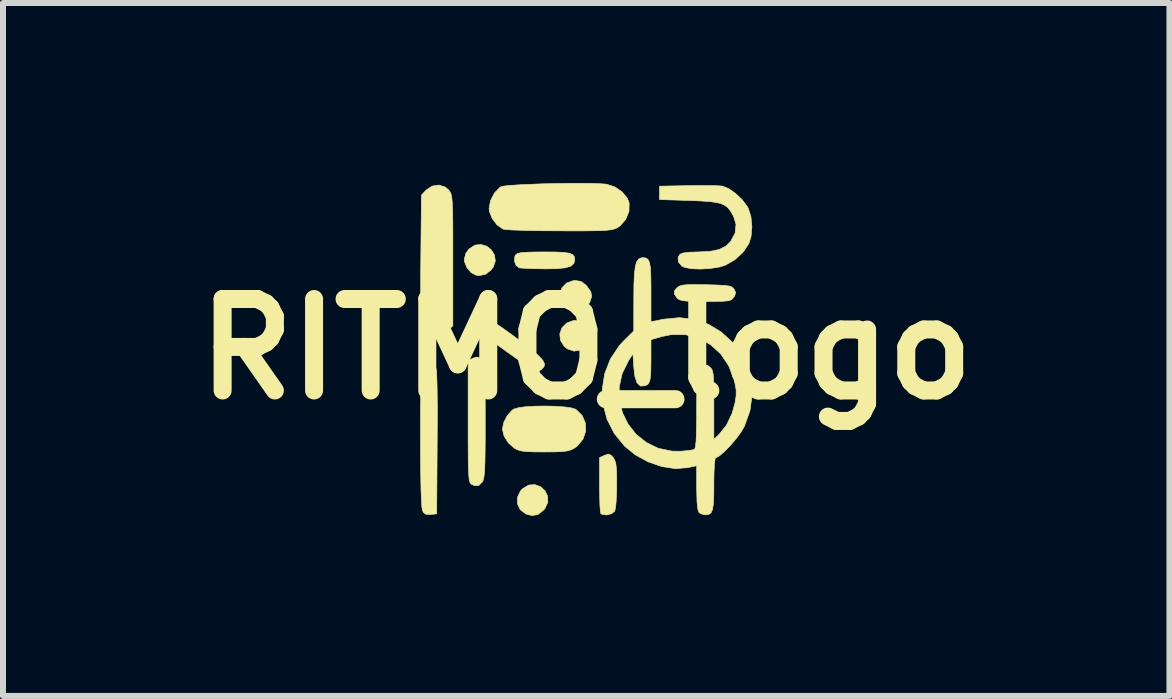
<source format=kicad_pcb>
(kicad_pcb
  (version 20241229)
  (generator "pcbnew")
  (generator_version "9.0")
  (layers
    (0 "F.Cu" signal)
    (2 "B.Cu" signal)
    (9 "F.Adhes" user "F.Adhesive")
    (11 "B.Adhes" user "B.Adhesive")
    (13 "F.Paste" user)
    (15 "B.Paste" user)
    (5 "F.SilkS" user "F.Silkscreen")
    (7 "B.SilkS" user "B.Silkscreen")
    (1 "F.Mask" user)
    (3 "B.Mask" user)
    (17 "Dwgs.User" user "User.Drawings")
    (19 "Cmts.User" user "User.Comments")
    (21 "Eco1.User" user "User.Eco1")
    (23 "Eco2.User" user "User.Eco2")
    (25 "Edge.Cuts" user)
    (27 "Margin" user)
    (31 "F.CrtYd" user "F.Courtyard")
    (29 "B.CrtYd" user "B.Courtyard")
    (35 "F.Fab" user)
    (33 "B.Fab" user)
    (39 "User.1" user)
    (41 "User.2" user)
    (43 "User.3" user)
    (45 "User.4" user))
  (footprint "RITMO_logo"
    (layer "F.Cu")
    (at 6.72 2.768)
    (property "Reference" "RITMO_logo" (at 0 0 0) (layer "F.SilkS") (effects (font (size 1.524 1.524) (thickness 0.3))))
    (attr through_hole)
    (fp_poly (pts (xy -0.761 2.294) (xy -0.688 2.361) (xy -0.644 2.45) (xy -0.64 2.552) (xy -0.687 2.655) (xy -0.706 2.679) (xy -0.804 2.757) (xy -0.906 2.775) (xy -1.007 2.747) (xy -1.099 2.677) (xy -1.146 2.578) (xy -1.145 2.467) (xy -1.094 2.362) (xy -1.06 2.326) (xy -0.958 2.266) (xy -0.855 2.259) (xy -0.761 2.294)) (stroke (width 0.01) (type solid)) (fill yes) (layer "F.SilkS"))
    (fp_poly (pts (xy -1.659 -1.715) (xy -1.581 -1.653) (xy -1.529 -1.568) (xy -1.515 -1.47) (xy -1.548 -1.369) (xy -1.585 -1.32) (xy -1.677 -1.247) (xy -1.778 -1.226) (xy -1.833 -1.231) (xy -1.916 -1.273) (xy -1.987 -1.355) (xy -2.028 -1.456) (xy -2.032 -1.498) (xy -2.005 -1.598) (xy -1.954 -1.668) (xy -1.856 -1.732) (xy -1.754 -1.744) (xy -1.659 -1.715)) (stroke (width 0.01) (type solid)) (fill yes) (layer "F.SilkS"))
    (fp_poly (pts (xy -0.085 -1.127) (xy -0.008 -1.069) (xy 0.013 -1.045) (xy 0.076 -0.957) (xy 0.091 -0.881) (xy 0.063 -0.792) (xy 0.049 -0.764) (xy -0.028 -0.675) (xy -0.133 -0.634) (xy -0.247 -0.641) (xy -0.354 -0.701) (xy -0.367 -0.713) (xy -0.43 -0.813) (xy -0.44 -0.921) (xy -0.404 -1.022) (xy -0.328 -1.1) (xy -0.219 -1.14) (xy -0.179 -1.143) (xy -0.085 -1.127)) (stroke (width 0.01) (type solid)) (fill yes) (layer "F.SilkS"))
    (fp_poly (pts (xy -0.085 -0.46) (xy -0.008 -0.402) (xy 0.013 -0.379) (xy 0.066 -0.302) (xy 0.094 -0.234) (xy 0.095 -0.222) (xy 0.076 -0.161) (xy 0.027 -0.084) (xy 0.013 -0.066) (xy -0.088 0.013) (xy -0.202 0.034) (xy -0.314 -0.004) (xy -0.367 -0.046) (xy -0.43 -0.147) (xy -0.44 -0.255) (xy -0.404 -0.355) (xy -0.328 -0.433) (xy -0.219 -0.474) (xy -0.179 -0.476) (xy -0.085 -0.46)) (stroke (width 0.01) (type solid)) (fill yes) (layer "F.SilkS"))
    (fp_poly (pts (xy 0.417 1.771) (xy 0.448 1.806) (xy 0.474 1.847) (xy 0.492 1.901) (xy 0.502 1.982) (xy 0.507 2.101) (xy 0.508 2.26) (xy 0.505 2.414) (xy 0.498 2.549) (xy 0.487 2.65) (xy 0.475 2.701) (xy 0.423 2.743) (xy 0.344 2.764) (xy 0.269 2.757) (xy 0.243 2.741) (xy 0.236 2.703) (xy 0.229 2.614) (xy 0.225 2.485) (xy 0.222 2.328) (xy 0.222 2.264) (xy 0.222 1.808) (xy 0.305 1.771) (xy 0.37 1.75) (xy 0.417 1.771)) (stroke (width 0.01) (type solid)) (fill yes) (layer "F.SilkS"))
    (fp_poly (pts (xy -0.509 -1.618) (xy -0.371 -1.611) (xy -0.279 -1.597) (xy -0.224 -1.573) (xy -0.198 -1.538) (xy -0.191 -1.489) (xy -0.191 -1.488) (xy -0.206 -1.427) (xy -0.256 -1.383) (xy -0.348 -1.355) (xy -0.489 -1.34) (xy -0.685 -1.337) (xy -0.698 -1.337) (xy -0.849 -1.34) (xy -0.98 -1.344) (xy -1.076 -1.35) (xy -1.119 -1.355) (xy -1.171 -1.397) (xy -1.197 -1.471) (xy -1.189 -1.547) (xy -1.174 -1.572) (xy -1.145 -1.592) (xy -1.09 -1.606) (xy -0.998 -1.614) (xy -0.861 -1.618) (xy -0.701 -1.619) (xy -0.509 -1.618)) (stroke (width 0.01) (type solid)) (fill yes) (layer "F.SilkS"))
    (fp_poly (pts (xy 1.957 -1.073) (xy 2 -1.073) (xy 2.172 -1.068) (xy 2.293 -1.062) (xy 2.371 -1.053) (xy 2.42 -1.039) (xy 2.449 -1.018) (xy 2.464 -0.999) (xy 2.491 -0.941) (xy 2.473 -0.886) (xy 2.458 -0.864) (xy 2.435 -0.835) (xy 2.404 -0.816) (xy 2.353 -0.804) (xy 2.273 -0.797) (xy 2.15 -0.794) (xy 1.987 -0.794) (xy 1.813 -0.795) (xy 1.69 -0.799) (xy 1.608 -0.807) (xy 1.557 -0.821) (xy 1.524 -0.841) (xy 1.513 -0.852) (xy 1.467 -0.921) (xy 1.476 -0.98) (xy 1.52 -1.028) (xy 1.553 -1.05) (xy 1.602 -1.065) (xy 1.678 -1.073) (xy 1.793 -1.075) (xy 1.957 -1.073)) (stroke (width 0.01) (type solid)) (fill yes) (layer "F.SilkS"))
    (fp_poly (pts (xy -2.512 0.297) (xy -2.502 0.332) (xy -2.494 0.409) (xy -2.488 0.534) (xy -2.484 0.71) (xy -2.482 0.939) (xy -2.482 1.225) (xy -2.484 1.544) (xy -2.492 2.746) (xy -2.596 2.756) (xy -2.672 2.754) (xy -2.714 2.72) (xy -2.731 2.683) (xy -2.739 2.629) (xy -2.746 2.517) (xy -2.753 2.353) (xy -2.757 2.143) (xy -2.761 1.893) (xy -2.762 1.608) (xy -2.762 1.497) (xy -2.762 1.197) (xy -2.761 0.955) (xy -2.758 0.762) (xy -2.755 0.615) (xy -2.75 0.505) (xy -2.742 0.426) (xy -2.733 0.373) (xy -2.721 0.339) (xy -2.713 0.325) (xy -2.644 0.266) (xy -2.568 0.26) (xy -2.512 0.297)) (stroke (width 0.01) (type solid)) (fill yes) (layer "F.SilkS"))
    (fp_poly (pts (xy -2.35 -2.701) (xy -2.288 -2.647) (xy -2.271 -2.622) (xy -2.256 -2.594) (xy -2.245 -2.554) (xy -2.237 -2.497) (xy -2.231 -2.416) (xy -2.227 -2.303) (xy -2.224 -2.153) (xy -2.223 -1.958) (xy -2.223 -1.711) (xy -2.223 -1.475) (xy -2.223 -0.387) (xy -2.32 -0.304) (xy -2.414 -0.241) (xy -2.498 -0.229) (xy -2.597 -0.265) (xy -2.61 -0.272) (xy -2.651 -0.298) (xy -2.684 -0.333) (xy -2.71 -0.383) (xy -2.729 -0.455) (xy -2.743 -0.554) (xy -2.753 -0.687) (xy -2.758 -0.86) (xy -2.759 -1.081) (xy -2.758 -1.354) (xy -2.756 -1.561) (xy -2.746 -2.567) (xy -2.669 -2.649) (xy -2.569 -2.716) (xy -2.457 -2.734) (xy -2.35 -2.701)) (stroke (width 0.01) (type solid)) (fill yes) (layer "F.SilkS"))
    (fp_poly (pts (xy -1.751 -0.582) (xy -1.664 -0.531) (xy -1.545 -0.453) (xy -1.401 -0.355) (xy -1.243 -0.242) (xy -1.222 -0.227) (xy -1.028 -0.082) (xy -0.882 0.033) (xy -0.78 0.123) (xy -0.72 0.193) (xy -0.695 0.248) (xy -0.703 0.292) (xy -0.739 0.332) (xy -0.749 0.34) (xy -0.804 0.373) (xy -0.829 0.381) (xy -0.861 0.363) (xy -0.935 0.314) (xy -1.044 0.24) (xy -1.179 0.146) (xy -1.323 0.044) (xy -1.519 -0.097) (xy -1.668 -0.207) (xy -1.778 -0.29) (xy -1.854 -0.353) (xy -1.901 -0.399) (xy -1.927 -0.435) (xy -1.936 -0.465) (xy -1.937 -0.475) (xy -1.909 -0.552) (xy -1.839 -0.596) (xy -1.795 -0.601) (xy -1.751 -0.582)) (stroke (width 0.01) (type solid)) (fill yes) (layer "F.SilkS"))
    (fp_poly (pts (xy -0.513 0.953) (xy -0.362 0.964) (xy -0.244 0.981) (xy -0.173 1.004) (xy -0.172 1.005) (xy -0.068 1.106) (xy -0.014 1.232) (xy -0.009 1.368) (xy -0.053 1.499) (xy -0.145 1.612) (xy -0.2 1.652) (xy -0.253 1.679) (xy -0.316 1.697) (xy -0.403 1.708) (xy -0.526 1.713) (xy -0.699 1.714) (xy -0.872 1.713) (xy -0.995 1.708) (xy -1.082 1.697) (xy -1.145 1.679) (xy -1.197 1.652) (xy -1.297 1.564) (xy -1.369 1.45) (xy -1.397 1.334) (xy -1.397 1.332) (xy -1.374 1.221) (xy -1.315 1.108) (xy -1.236 1.02) (xy -1.204 0.999) (xy -1.125 0.976) (xy -1.002 0.96) (xy -0.848 0.951) (xy -0.68 0.949) (xy -0.513 0.953)) (stroke (width 0.01) (type solid)) (fill yes) (layer "F.SilkS"))
    (fp_poly (pts (xy -1.774 0.152) (xy -1.743 0.187) (xy -1.725 0.212) (xy -1.712 0.245) (xy -1.701 0.292) (xy -1.694 0.361) (xy -1.689 0.46) (xy -1.685 0.595) (xy -1.684 0.774) (xy -1.683 1.005) (xy -1.683 1.203) (xy -1.683 1.479) (xy -1.685 1.699) (xy -1.688 1.869) (xy -1.692 1.996) (xy -1.699 2.088) (xy -1.708 2.151) (xy -1.72 2.192) (xy -1.732 2.215) (xy -1.792 2.275) (xy -1.86 2.277) (xy -1.913 2.252) (xy -1.928 2.239) (xy -1.941 2.215) (xy -1.95 2.174) (xy -1.957 2.108) (xy -1.962 2.013) (xy -1.966 1.879) (xy -1.967 1.702) (xy -1.968 1.475) (xy -1.968 1.204) (xy -1.968 0.189) (xy -1.885 0.151) (xy -1.82 0.131) (xy -1.774 0.152)) (stroke (width 0.01) (type solid)) (fill yes) (layer "F.SilkS"))
    (fp_poly (pts (xy 0.063 -2.762) (xy 0.212 -2.757) (xy 0.32 -2.75) (xy 0.342 -2.747) (xy 0.479 -2.702) (xy 0.598 -2.62) (xy 0.684 -2.515) (xy 0.716 -2.432) (xy 0.712 -2.294) (xy 0.658 -2.161) (xy 0.564 -2.054) (xy 0.534 -2.033) (xy 0.499 -2.014) (xy 0.46 -1.999) (xy 0.409 -1.988) (xy 0.337 -1.98) (xy 0.238 -1.975) (xy 0.102 -1.972) (xy -0.077 -1.97) (xy -0.308 -1.97) (xy -0.445 -1.971) (xy -0.677 -1.972) (xy -0.891 -1.975) (xy -1.077 -1.98) (xy -1.227 -1.985) (xy -1.332 -1.992) (xy -1.383 -1.999) (xy -1.384 -1.999) (xy -1.485 -2.069) (xy -1.567 -2.176) (xy -1.614 -2.295) (xy -1.619 -2.344) (xy -1.594 -2.476) (xy -1.53 -2.601) (xy -1.44 -2.694) (xy -1.423 -2.705) (xy -1.371 -2.717) (xy -1.267 -2.728) (xy -1.12 -2.738) (xy -0.941 -2.746) (xy -0.741 -2.754) (xy -0.53 -2.759) (xy -0.319 -2.762) (xy -0.117 -2.763) (xy 0.063 -2.762)) (stroke (width 0.01) (type solid)) (fill yes) (layer "F.SilkS"))
    (fp_poly (pts (xy 2.035 -2.726) (xy 2.166 -2.723) (xy 2.253 -2.718) (xy 2.273 -2.716) (xy 2.375 -2.674) (xy 2.49 -2.593) (xy 2.6 -2.488) (xy 2.685 -2.375) (xy 2.7 -2.347) (xy 2.745 -2.207) (xy 2.761 -2.04) (xy 2.747 -1.876) (xy 2.712 -1.76) (xy 2.613 -1.614) (xy 2.475 -1.488) (xy 2.317 -1.398) (xy 2.226 -1.369) (xy 2.063 -1.343) (xy 1.9 -1.334) (xy 1.753 -1.34) (xy 1.64 -1.362) (xy 1.595 -1.383) (xy 1.535 -1.453) (xy 1.531 -1.531) (xy 1.562 -1.581) (xy 1.616 -1.602) (xy 1.723 -1.615) (xy 1.865 -1.619) (xy 2.065 -1.629) (xy 2.215 -1.66) (xy 2.327 -1.716) (xy 2.407 -1.793) (xy 2.482 -1.934) (xy 2.496 -2.081) (xy 2.456 -2.211) (xy 2.408 -2.297) (xy 2.357 -2.361) (xy 2.291 -2.407) (xy 2.201 -2.437) (xy 2.076 -2.457) (xy 1.907 -2.469) (xy 1.72 -2.477) (xy 1.222 -2.492) (xy 1.222 -2.715) (xy 1.699 -2.724) (xy 1.874 -2.726) (xy 2.035 -2.726)) (stroke (width 0.01) (type solid)) (fill yes) (layer "F.SilkS"))
    (fp_poly (pts (xy 0.995 -1.518) (xy 1.029 -1.495) (xy 1.053 -1.447) (xy 1.068 -1.365) (xy 1.076 -1.241) (xy 1.079 -1.066) (xy 1.079 -0.952) (xy 1.079 -0.455) (xy 1.287 -0.498) (xy 1.553 -0.524) (xy 1.805 -0.493) (xy 2.038 -0.412) (xy 2.246 -0.287) (xy 2.426 -0.124) (xy 2.572 0.069) (xy 2.68 0.288) (xy 2.745 0.525) (xy 2.763 0.775) (xy 2.728 1.031) (xy 2.636 1.287) (xy 2.634 1.291) (xy 2.576 1.389) (xy 2.495 1.498) (xy 2.402 1.607) (xy 2.308 1.703) (xy 2.226 1.775) (xy 2.166 1.809) (xy 2.156 1.81) (xy 2.146 1.84) (xy 2.137 1.922) (xy 2.13 2.047) (xy 2.127 2.202) (xy 2.127 2.248) (xy 2.126 2.44) (xy 2.119 2.578) (xy 2.105 2.671) (xy 2.082 2.726) (xy 2.046 2.754) (xy 1.996 2.762) (xy 1.984 2.762) (xy 1.912 2.745) (xy 1.88 2.724) (xy 1.86 2.669) (xy 1.847 2.552) (xy 1.842 2.373) (xy 1.841 2.315) (xy 1.841 1.944) (xy 1.691 1.976) (xy 1.483 1.992) (xy 1.257 1.957) (xy 1.03 1.879) (xy 0.817 1.762) (xy 0.642 1.62) (xy 0.468 1.407) (xy 0.347 1.17) (xy 0.281 0.919) (xy 0.268 0.661) (xy 0.273 0.629) (xy 0.55 0.629) (xy 0.553 0.85) (xy 0.604 1.061) (xy 0.7 1.254) (xy 0.834 1.423) (xy 1.004 1.558) (xy 1.203 1.654) (xy 1.429 1.701) (xy 1.576 1.702) (xy 1.685 1.693) (xy 1.77 1.68) (xy 1.806 1.669) (xy 1.82 1.63) (xy 1.831 1.533) (xy 1.837 1.375) (xy 1.841 1.156) (xy 1.841 1.001) (xy 1.842 0.776) (xy 1.845 0.607) (xy 1.849 0.484) (xy 1.857 0.4) (xy 1.868 0.346) (xy 1.883 0.313) (xy 1.891 0.304) (xy 1.958 0.259) (xy 2.023 0.271) (xy 2.069 0.307) (xy 2.09 0.331) (xy 2.105 0.367) (xy 2.116 0.424) (xy 2.122 0.512) (xy 2.126 0.639) (xy 2.127 0.816) (xy 2.127 0.931) (xy 2.127 1.503) (xy 2.21 1.426) (xy 2.336 1.27) (xy 2.432 1.07) (xy 2.478 0.905) (xy 2.498 0.781) (xy 2.498 0.678) (xy 2.477 0.561) (xy 2.465 0.514) (xy 2.375 0.279) (xy 2.242 0.081) (xy 2.072 -0.074) (xy 1.873 -0.183) (xy 1.653 -0.24) (xy 1.42 -0.242) (xy 1.259 -0.209) (xy 1.079 -0.157) (xy 1.079 0.183) (xy 1.077 0.349) (xy 1.071 0.463) (xy 1.057 0.535) (xy 1.034 0.579) (xy 0.998 0.604) (xy 0.979 0.611) (xy 0.904 0.616) (xy 0.848 0.564) (xy 0.811 0.454) (xy 0.794 0.312) (xy 0.778 0.079) (xy 0.706 0.191) (xy 0.599 0.407) (xy 0.55 0.629) (xy 0.273 0.629) (xy 0.309 0.406) (xy 0.404 0.163) (xy 0.553 -0.06) (xy 0.635 -0.147) (xy 0.792 -0.302) (xy 0.793 -0.842) (xy 0.795 -1.071) (xy 0.803 -1.244) (xy 0.817 -1.369) (xy 0.839 -1.451) (xy 0.872 -1.5) (xy 0.916 -1.521) (xy 0.948 -1.524) (xy 0.995 -1.518)) (stroke (width 0.01) (type solid)) (fill yes) (layer "F.SilkS")))
  (gr_rect
    (start -3 -3)
    (end 16.44 8.548)
    (stroke (width 0.1) (type default))
    (fill no)
    (layer "Edge.Cuts")))
</source>
